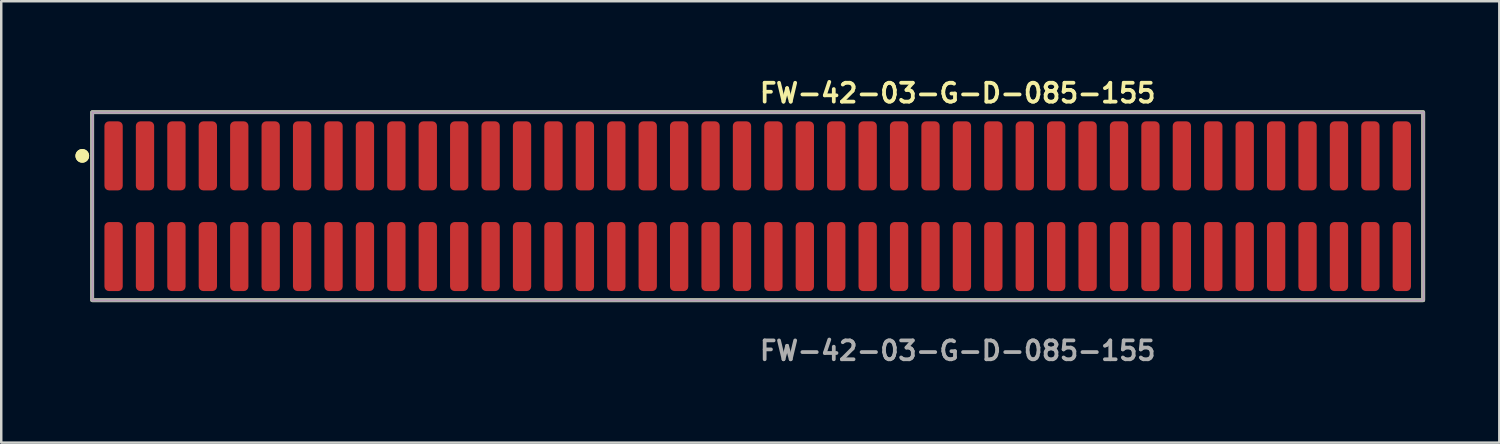
<source format=kicad_pcb>
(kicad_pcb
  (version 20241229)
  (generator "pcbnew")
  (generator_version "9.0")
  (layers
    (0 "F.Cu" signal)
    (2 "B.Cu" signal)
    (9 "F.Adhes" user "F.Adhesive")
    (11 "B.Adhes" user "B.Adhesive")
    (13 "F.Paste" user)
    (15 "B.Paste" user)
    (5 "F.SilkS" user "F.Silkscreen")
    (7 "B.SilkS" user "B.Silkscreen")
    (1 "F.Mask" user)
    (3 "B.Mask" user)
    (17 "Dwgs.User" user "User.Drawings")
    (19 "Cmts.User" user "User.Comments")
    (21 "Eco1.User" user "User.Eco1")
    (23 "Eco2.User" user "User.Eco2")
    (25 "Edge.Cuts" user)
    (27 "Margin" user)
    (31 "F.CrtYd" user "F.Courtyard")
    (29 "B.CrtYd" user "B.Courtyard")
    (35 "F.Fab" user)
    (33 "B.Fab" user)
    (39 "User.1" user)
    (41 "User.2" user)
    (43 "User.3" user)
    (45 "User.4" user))
  (footprint "FW-42-03-G-D-085-155"
    (layer "F.Cu")
    (at 27.576 5.285)
    (property "Reference" "FW-42-03-G-D-085-155" (at 0 -4.572 0) (unlocked yes) (layer "F.SilkS") (effects (font (size 0.762 0.762) (thickness 0.152)) (justify left)))
    (fp_rect (start -26.9 3.8) (end 26.9 -3.8) (stroke (width 0.152) (type solid)) (fill no) (layer "F.SilkS"))
    (fp_circle (center -27.3 -2.035) (end -27.5 -2.035) (stroke (width 0.152) (type solid)) (fill yes) (layer "F.SilkS"))
    (fp_circle (center -27.3 -2.035) (end -27.5 -2.035) (stroke (width 0.152) (type solid)) (fill yes) (layer "F.SilkS"))
    (fp_rect (start -26.9 3.8) (end 26.9 -3.8) (stroke (width 0.006) (type solid)) (fill no) (layer "F.CrtYd"))
    (fp_rect (start -26.9 3.8) (end 26.9 -3.8) (stroke (width 0.152) (type solid)) (fill no) (layer "F.Fab"))
    (fp_text user "${REFERENCE}" (at 0 5.842 0) (unlocked yes) (layer "F.Fab") (effects (font (size 0.762 0.762) (thickness 0.152)) (justify left)))
    (pad "1" smd roundrect (at -26.035 -2.035) (size 0.74 2.79) (layers "F.Cu" "F.Paste") (roundrect_rratio 0.25))
    (pad "2" smd roundrect (at -26.035 2.035) (size 0.74 2.79) (layers "F.Cu" "F.Paste") (roundrect_rratio 0.25))
    (pad "3" smd roundrect (at -24.765 -2.035) (size 0.74 2.79) (layers "F.Cu" "F.Paste") (roundrect_rratio 0.25))
    (pad "4" smd roundrect (at -24.765 2.035) (size 0.74 2.79) (layers "F.Cu" "F.Paste") (roundrect_rratio 0.25))
    (pad "5" smd roundrect (at -23.495 -2.035) (size 0.74 2.79) (layers "F.Cu" "F.Paste") (roundrect_rratio 0.25))
    (pad "6" smd roundrect (at -23.495 2.035) (size 0.74 2.79) (layers "F.Cu" "F.Paste") (roundrect_rratio 0.25))
    (pad "7" smd roundrect (at -22.225 -2.035) (size 0.74 2.79) (layers "F.Cu" "F.Paste") (roundrect_rratio 0.25))
    (pad "8" smd roundrect (at -22.225 2.035) (size 0.74 2.79) (layers "F.Cu" "F.Paste") (roundrect_rratio 0.25))
    (pad "9" smd roundrect (at -20.955 -2.035) (size 0.74 2.79) (layers "F.Cu" "F.Paste") (roundrect_rratio 0.25))
    (pad "10" smd roundrect (at -20.955 2.035) (size 0.74 2.79) (layers "F.Cu" "F.Paste") (roundrect_rratio 0.25))
    (pad "11" smd roundrect (at -19.685 -2.035) (size 0.74 2.79) (layers "F.Cu" "F.Paste") (roundrect_rratio 0.25))
    (pad "12" smd roundrect (at -19.685 2.035) (size 0.74 2.79) (layers "F.Cu" "F.Paste") (roundrect_rratio 0.25))
    (pad "13" smd roundrect (at -18.415 -2.035) (size 0.74 2.79) (layers "F.Cu" "F.Paste") (roundrect_rratio 0.25))
    (pad "14" smd roundrect (at -18.415 2.035) (size 0.74 2.79) (layers "F.Cu" "F.Paste") (roundrect_rratio 0.25))
    (pad "15" smd roundrect (at -17.145 -2.035) (size 0.74 2.79) (layers "F.Cu" "F.Paste") (roundrect_rratio 0.25))
    (pad "16" smd roundrect (at -17.145 2.035) (size 0.74 2.79) (layers "F.Cu" "F.Paste") (roundrect_rratio 0.25))
    (pad "17" smd roundrect (at -15.875 -2.035) (size 0.74 2.79) (layers "F.Cu" "F.Paste") (roundrect_rratio 0.25))
    (pad "18" smd roundrect (at -15.875 2.035) (size 0.74 2.79) (layers "F.Cu" "F.Paste") (roundrect_rratio 0.25))
    (pad "19" smd roundrect (at -14.605 -2.035) (size 0.74 2.79) (layers "F.Cu" "F.Paste") (roundrect_rratio 0.25))
    (pad "20" smd roundrect (at -14.605 2.035) (size 0.74 2.79) (layers "F.Cu" "F.Paste") (roundrect_rratio 0.25))
    (pad "21" smd roundrect (at -13.335 -2.035) (size 0.74 2.79) (layers "F.Cu" "F.Paste") (roundrect_rratio 0.25))
    (pad "22" smd roundrect (at -13.335 2.035) (size 0.74 2.79) (layers "F.Cu" "F.Paste") (roundrect_rratio 0.25))
    (pad "23" smd roundrect (at -12.065 -2.035) (size 0.74 2.79) (layers "F.Cu" "F.Paste") (roundrect_rratio 0.25))
    (pad "24" smd roundrect (at -12.065 2.035) (size 0.74 2.79) (layers "F.Cu" "F.Paste") (roundrect_rratio 0.25))
    (pad "25" smd roundrect (at -10.795 -2.035) (size 0.74 2.79) (layers "F.Cu" "F.Paste") (roundrect_rratio 0.25))
    (pad "26" smd roundrect (at -10.795 2.035) (size 0.74 2.79) (layers "F.Cu" "F.Paste") (roundrect_rratio 0.25))
    (pad "27" smd roundrect (at -9.525 -2.035) (size 0.74 2.79) (layers "F.Cu" "F.Paste") (roundrect_rratio 0.25))
    (pad "28" smd roundrect (at -9.525 2.035) (size 0.74 2.79) (layers "F.Cu" "F.Paste") (roundrect_rratio 0.25))
    (pad "29" smd roundrect (at -8.255 -2.035) (size 0.74 2.79) (layers "F.Cu" "F.Paste") (roundrect_rratio 0.25))
    (pad "30" smd roundrect (at -8.255 2.035) (size 0.74 2.79) (layers "F.Cu" "F.Paste") (roundrect_rratio 0.25))
    (pad "31" smd roundrect (at -6.985 -2.035) (size 0.74 2.79) (layers "F.Cu" "F.Paste") (roundrect_rratio 0.25))
    (pad "32" smd roundrect (at -6.985 2.035) (size 0.74 2.79) (layers "F.Cu" "F.Paste") (roundrect_rratio 0.25))
    (pad "33" smd roundrect (at -5.715 -2.035) (size 0.74 2.79) (layers "F.Cu" "F.Paste") (roundrect_rratio 0.25))
    (pad "34" smd roundrect (at -5.715 2.035) (size 0.74 2.79) (layers "F.Cu" "F.Paste") (roundrect_rratio 0.25))
    (pad "35" smd roundrect (at -4.445 -2.035) (size 0.74 2.79) (layers "F.Cu" "F.Paste") (roundrect_rratio 0.25))
    (pad "36" smd roundrect (at -4.445 2.035) (size 0.74 2.79) (layers "F.Cu" "F.Paste") (roundrect_rratio 0.25))
    (pad "37" smd roundrect (at -3.175 -2.035) (size 0.74 2.79) (layers "F.Cu" "F.Paste") (roundrect_rratio 0.25))
    (pad "38" smd roundrect (at -3.175 2.035) (size 0.74 2.79) (layers "F.Cu" "F.Paste") (roundrect_rratio 0.25))
    (pad "39" smd roundrect (at -1.905 -2.035) (size 0.74 2.79) (layers "F.Cu" "F.Paste") (roundrect_rratio 0.25))
    (pad "40" smd roundrect (at -1.905 2.035) (size 0.74 2.79) (layers "F.Cu" "F.Paste") (roundrect_rratio 0.25))
    (pad "41" smd roundrect (at -0.635 -2.035) (size 0.74 2.79) (layers "F.Cu" "F.Paste") (roundrect_rratio 0.25))
    (pad "42" smd roundrect (at -0.635 2.035) (size 0.74 2.79) (layers "F.Cu" "F.Paste") (roundrect_rratio 0.25))
    (pad "43" smd roundrect (at 0.635 -2.035) (size 0.74 2.79) (layers "F.Cu" "F.Paste") (roundrect_rratio 0.25))
    (pad "44" smd roundrect (at 0.635 2.035) (size 0.74 2.79) (layers "F.Cu" "F.Paste") (roundrect_rratio 0.25))
    (pad "45" smd roundrect (at 1.905 -2.035) (size 0.74 2.79) (layers "F.Cu" "F.Paste") (roundrect_rratio 0.25))
    (pad "46" smd roundrect (at 1.905 2.035) (size 0.74 2.79) (layers "F.Cu" "F.Paste") (roundrect_rratio 0.25))
    (pad "47" smd roundrect (at 3.175 -2.035) (size 0.74 2.79) (layers "F.Cu" "F.Paste") (roundrect_rratio 0.25))
    (pad "48" smd roundrect (at 3.175 2.035) (size 0.74 2.79) (layers "F.Cu" "F.Paste") (roundrect_rratio 0.25))
    (pad "49" smd roundrect (at 4.445 -2.035) (size 0.74 2.79) (layers "F.Cu" "F.Paste") (roundrect_rratio 0.25))
    (pad "50" smd roundrect (at 4.445 2.035) (size 0.74 2.79) (layers "F.Cu" "F.Paste") (roundrect_rratio 0.25))
    (pad "51" smd roundrect (at 5.715 -2.035) (size 0.74 2.79) (layers "F.Cu" "F.Paste") (roundrect_rratio 0.25))
    (pad "52" smd roundrect (at 5.715 2.035) (size 0.74 2.79) (layers "F.Cu" "F.Paste") (roundrect_rratio 0.25))
    (pad "53" smd roundrect (at 6.985 -2.035) (size 0.74 2.79) (layers "F.Cu" "F.Paste") (roundrect_rratio 0.25))
    (pad "54" smd roundrect (at 6.985 2.035) (size 0.74 2.79) (layers "F.Cu" "F.Paste") (roundrect_rratio 0.25))
    (pad "55" smd roundrect (at 8.255 -2.035) (size 0.74 2.79) (layers "F.Cu" "F.Paste") (roundrect_rratio 0.25))
    (pad "56" smd roundrect (at 8.255 2.035) (size 0.74 2.79) (layers "F.Cu" "F.Paste") (roundrect_rratio 0.25))
    (pad "57" smd roundrect (at 9.525 -2.035) (size 0.74 2.79) (layers "F.Cu" "F.Paste") (roundrect_rratio 0.25))
    (pad "58" smd roundrect (at 9.525 2.035) (size 0.74 2.79) (layers "F.Cu" "F.Paste") (roundrect_rratio 0.25))
    (pad "59" smd roundrect (at 10.795 -2.035) (size 0.74 2.79) (layers "F.Cu" "F.Paste") (roundrect_rratio 0.25))
    (pad "60" smd roundrect (at 10.795 2.035) (size 0.74 2.79) (layers "F.Cu" "F.Paste") (roundrect_rratio 0.25))
    (pad "61" smd roundrect (at 12.065 -2.035) (size 0.74 2.79) (layers "F.Cu" "F.Paste") (roundrect_rratio 0.25))
    (pad "62" smd roundrect (at 12.065 2.035) (size 0.74 2.79) (layers "F.Cu" "F.Paste") (roundrect_rratio 0.25))
    (pad "63" smd roundrect (at 13.335 -2.035) (size 0.74 2.79) (layers "F.Cu" "F.Paste") (roundrect_rratio 0.25))
    (pad "64" smd roundrect (at 13.335 2.035) (size 0.74 2.79) (layers "F.Cu" "F.Paste") (roundrect_rratio 0.25))
    (pad "65" smd roundrect (at 14.605 -2.035) (size 0.74 2.79) (layers "F.Cu" "F.Paste") (roundrect_rratio 0.25))
    (pad "66" smd roundrect (at 14.605 2.035) (size 0.74 2.79) (layers "F.Cu" "F.Paste") (roundrect_rratio 0.25))
    (pad "67" smd roundrect (at 15.875 -2.035) (size 0.74 2.79) (layers "F.Cu" "F.Paste") (roundrect_rratio 0.25))
    (pad "68" smd roundrect (at 15.875 2.035) (size 0.74 2.79) (layers "F.Cu" "F.Paste") (roundrect_rratio 0.25))
    (pad "69" smd roundrect (at 17.145 -2.035) (size 0.74 2.79) (layers "F.Cu" "F.Paste") (roundrect_rratio 0.25))
    (pad "70" smd roundrect (at 17.145 2.035) (size 0.74 2.79) (layers "F.Cu" "F.Paste") (roundrect_rratio 0.25))
    (pad "71" smd roundrect (at 18.415 -2.035) (size 0.74 2.79) (layers "F.Cu" "F.Paste") (roundrect_rratio 0.25))
    (pad "72" smd roundrect (at 18.415 2.035) (size 0.74 2.79) (layers "F.Cu" "F.Paste") (roundrect_rratio 0.25))
    (pad "73" smd roundrect (at 19.685 -2.035) (size 0.74 2.79) (layers "F.Cu" "F.Paste") (roundrect_rratio 0.25))
    (pad "74" smd roundrect (at 19.685 2.035) (size 0.74 2.79) (layers "F.Cu" "F.Paste") (roundrect_rratio 0.25))
    (pad "75" smd roundrect (at 20.955 -2.035) (size 0.74 2.79) (layers "F.Cu" "F.Paste") (roundrect_rratio 0.25))
    (pad "76" smd roundrect (at 20.955 2.035) (size 0.74 2.79) (layers "F.Cu" "F.Paste") (roundrect_rratio 0.25))
    (pad "77" smd roundrect (at 22.225 -2.035) (size 0.74 2.79) (layers "F.Cu" "F.Paste") (roundrect_rratio 0.25))
    (pad "78" smd roundrect (at 22.225 2.035) (size 0.74 2.79) (layers "F.Cu" "F.Paste") (roundrect_rratio 0.25))
    (pad "79" smd roundrect (at 23.495 -2.035) (size 0.74 2.79) (layers "F.Cu" "F.Paste") (roundrect_rratio 0.25))
    (pad "80" smd roundrect (at 23.495 2.035) (size 0.74 2.79) (layers "F.Cu" "F.Paste") (roundrect_rratio 0.25))
    (pad "81" smd roundrect (at 24.765 -2.035) (size 0.74 2.79) (layers "F.Cu" "F.Paste") (roundrect_rratio 0.25))
    (pad "82" smd roundrect (at 24.765 2.035) (size 0.74 2.79) (layers "F.Cu" "F.Paste") (roundrect_rratio 0.25))
    (pad "83" smd roundrect (at 26.035 -2.035) (size 0.74 2.79) (layers "F.Cu" "F.Paste") (roundrect_rratio 0.25))
    (pad "84" smd roundrect (at 26.035 2.035) (size 0.74 2.79) (layers "F.Cu" "F.Paste") (roundrect_rratio 0.25)))
  (gr_rect
    (start -3 -3)
    (end 57.552 14.84)
    (stroke (width 0.1) (type default))
    (fill no)
    (layer "Edge.Cuts")))
</source>
